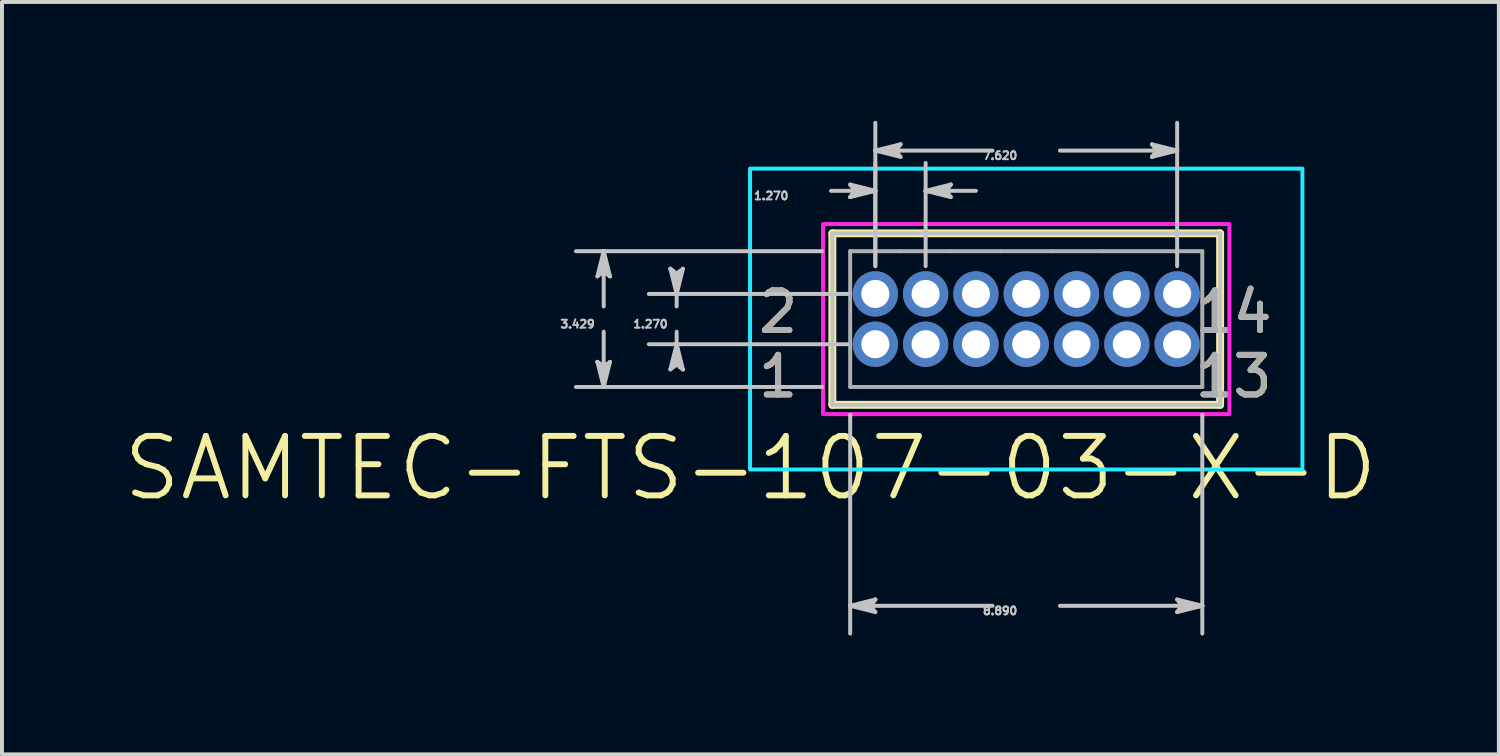
<source format=kicad_pcb>
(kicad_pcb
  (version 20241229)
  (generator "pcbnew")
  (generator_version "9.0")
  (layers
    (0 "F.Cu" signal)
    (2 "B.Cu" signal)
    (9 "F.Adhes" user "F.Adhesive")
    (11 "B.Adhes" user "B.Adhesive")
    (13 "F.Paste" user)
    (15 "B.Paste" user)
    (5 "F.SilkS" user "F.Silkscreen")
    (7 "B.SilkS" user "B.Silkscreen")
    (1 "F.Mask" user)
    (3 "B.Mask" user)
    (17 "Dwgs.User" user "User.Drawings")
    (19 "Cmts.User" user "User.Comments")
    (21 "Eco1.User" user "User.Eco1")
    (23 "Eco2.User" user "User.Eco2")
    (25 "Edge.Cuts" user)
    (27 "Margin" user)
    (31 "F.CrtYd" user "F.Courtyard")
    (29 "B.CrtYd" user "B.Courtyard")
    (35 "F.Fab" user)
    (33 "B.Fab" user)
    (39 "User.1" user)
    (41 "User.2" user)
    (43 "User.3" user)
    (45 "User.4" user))
  (footprint "SAMTEC-FTS-107-03-X-D"
    (layer "F.Cu")
    (at 22.86 5.006)
    (property "Reference" "SAMTEC-FTS-107-03-X-D" (at -6.963 3.764 0) (layer "F.SilkS") (effects (font (size 1.5 1.5) (thickness 0.15))))
    (attr through_hole)
    (fp_circle (center -3.81 -0.635) (end -3.188 -0.635) (stroke (width 0) (type solid)) (fill yes) (layer "F.Mask"))
    (fp_circle (center -3.81 0.635) (end -3.188 0.635) (stroke (width 0) (type solid)) (fill yes) (layer "F.Mask"))
    (fp_circle (center -2.54 -0.635) (end -1.918 -0.635) (stroke (width 0) (type solid)) (fill yes) (layer "F.Mask"))
    (fp_circle (center -2.54 0.635) (end -1.918 0.635) (stroke (width 0) (type solid)) (fill yes) (layer "F.Mask"))
    (fp_circle (center -1.27 -0.635) (end -0.648 -0.635) (stroke (width 0) (type solid)) (fill yes) (layer "F.Mask"))
    (fp_circle (center -1.27 0.635) (end -0.648 0.635) (stroke (width 0) (type solid)) (fill yes) (layer "F.Mask"))
    (fp_circle (center 0 -0.635) (end 0.622 -0.635) (stroke (width 0) (type solid)) (fill yes) (layer "F.Mask"))
    (fp_circle (center 0 0.635) (end 0.622 0.635) (stroke (width 0) (type solid)) (fill yes) (layer "F.Mask"))
    (fp_circle (center 1.27 -0.635) (end 1.892 -0.635) (stroke (width 0) (type solid)) (fill yes) (layer "F.Mask"))
    (fp_circle (center 1.27 0.635) (end 1.892 0.635) (stroke (width 0) (type solid)) (fill yes) (layer "F.Mask"))
    (fp_circle (center 2.54 -0.635) (end 3.162 -0.635) (stroke (width 0) (type solid)) (fill yes) (layer "F.Mask"))
    (fp_circle (center 2.54 0.635) (end 3.162 0.635) (stroke (width 0) (type solid)) (fill yes) (layer "F.Mask"))
    (fp_circle (center 3.81 -0.635) (end 4.432 -0.635) (stroke (width 0) (type solid)) (fill yes) (layer "F.Mask"))
    (fp_circle (center 3.81 0.635) (end 4.432 0.635) (stroke (width 0) (type solid)) (fill yes) (layer "F.Mask"))
    (fp_circle (center -3.81 -0.635) (end -3.188 -0.635) (stroke (width 0) (type solid)) (fill yes) (layer "B.Mask"))
    (fp_circle (center -3.81 0.635) (end -3.188 0.635) (stroke (width 0) (type solid)) (fill yes) (layer "B.Mask"))
    (fp_circle (center -2.54 -0.635) (end -1.918 -0.635) (stroke (width 0) (type solid)) (fill yes) (layer "B.Mask"))
    (fp_circle (center -2.54 0.635) (end -1.918 0.635) (stroke (width 0) (type solid)) (fill yes) (layer "B.Mask"))
    (fp_circle (center -1.27 -0.635) (end -0.648 -0.635) (stroke (width 0) (type solid)) (fill yes) (layer "B.Mask"))
    (fp_circle (center -1.27 0.635) (end -0.648 0.635) (stroke (width 0) (type solid)) (fill yes) (layer "B.Mask"))
    (fp_circle (center 0 -0.635) (end 0.622 -0.635) (stroke (width 0) (type solid)) (fill yes) (layer "B.Mask"))
    (fp_circle (center 0 0.635) (end 0.622 0.635) (stroke (width 0) (type solid)) (fill yes) (layer "B.Mask"))
    (fp_circle (center 1.27 -0.635) (end 1.892 -0.635) (stroke (width 0) (type solid)) (fill yes) (layer "B.Mask"))
    (fp_circle (center 1.27 0.635) (end 1.892 0.635) (stroke (width 0) (type solid)) (fill yes) (layer "B.Mask"))
    (fp_circle (center 2.54 -0.635) (end 3.162 -0.635) (stroke (width 0) (type solid)) (fill yes) (layer "B.Mask"))
    (fp_circle (center 2.54 0.635) (end 3.162 0.635) (stroke (width 0) (type solid)) (fill yes) (layer "B.Mask"))
    (fp_circle (center 3.81 -0.635) (end 4.432 -0.635) (stroke (width 0) (type solid)) (fill yes) (layer "B.Mask"))
    (fp_circle (center 3.81 0.635) (end 4.432 0.635) (stroke (width 0) (type solid)) (fill yes) (layer "B.Mask"))
    (fp_line (start -4.895 -2.165) (end -4.895 2.165) (stroke (width 0.2) (type solid)) (layer "F.SilkS"))
    (fp_line (start -4.895 2.165) (end 4.895 2.165) (stroke (width 0.2) (type solid)) (layer "F.SilkS"))
    (fp_line (start 4.895 -2.165) (end -4.895 -2.165) (stroke (width 0.2) (type solid)) (layer "F.SilkS"))
    (fp_line (start 4.895 2.165) (end 4.895 -2.165) (stroke (width 0.2) (type solid)) (layer "F.SilkS"))
    (fp_line (start -10.827 -1.08) (end -10.668 -1.206) (stroke (width 0.1) (type solid)) (layer "Dwgs.User"))
    (fp_line (start -10.827 1.08) (end -10.668 1.714) (stroke (width 0.1) (type solid)) (layer "Dwgs.User"))
    (fp_line (start -10.747 -1.143) (end -10.668 -1.206) (stroke (width 0.1) (type solid)) (layer "Dwgs.User"))
    (fp_line (start -10.747 1.143) (end -10.827 1.08) (stroke (width 0.1) (type solid)) (layer "Dwgs.User"))
    (fp_line (start -10.668 -1.714) (end -10.827 -1.08) (stroke (width 0.1) (type solid)) (layer "Dwgs.User"))
    (fp_line (start -10.668 -1.714) (end -10.747 -1.143) (stroke (width 0.1) (type solid)) (layer "Dwgs.User"))
    (fp_line (start -10.668 -1.714) (end -10.589 -1.143) (stroke (width 0.1) (type solid)) (layer "Dwgs.User"))
    (fp_line (start -10.668 -1.206) (end -10.668 -1.714) (stroke (width 0.1) (type solid)) (layer "Dwgs.User"))
    (fp_line (start -10.668 -1.206) (end -10.509 -1.08) (stroke (width 0.1) (type solid)) (layer "Dwgs.User"))
    (fp_line (start -10.668 -0.318) (end -10.668 -1.714) (stroke (width 0.1) (type solid)) (layer "Dwgs.User"))
    (fp_line (start -10.668 0.318) (end -10.668 1.714) (stroke (width 0.1) (type solid)) (layer "Dwgs.User"))
    (fp_line (start -10.668 1.206) (end -10.827 1.08) (stroke (width 0.1) (type solid)) (layer "Dwgs.User"))
    (fp_line (start -10.668 1.206) (end -10.668 1.714) (stroke (width 0.1) (type solid)) (layer "Dwgs.User"))
    (fp_line (start -10.668 1.714) (end -10.747 1.143) (stroke (width 0.1) (type solid)) (layer "Dwgs.User"))
    (fp_line (start -10.668 1.714) (end -10.589 1.143) (stroke (width 0.1) (type solid)) (layer "Dwgs.User"))
    (fp_line (start -10.668 1.714) (end -10.509 1.08) (stroke (width 0.1) (type solid)) (layer "Dwgs.User"))
    (fp_line (start -10.589 -1.143) (end -10.509 -1.08) (stroke (width 0.1) (type solid)) (layer "Dwgs.User"))
    (fp_line (start -10.589 1.143) (end -10.668 1.206) (stroke (width 0.1) (type solid)) (layer "Dwgs.User"))
    (fp_line (start -10.509 -1.08) (end -10.668 -1.714) (stroke (width 0.1) (type solid)) (layer "Dwgs.User"))
    (fp_line (start -10.509 1.08) (end -10.668 1.206) (stroke (width 0.1) (type solid)) (layer "Dwgs.User"))
    (fp_line (start -8.985 -1.27) (end -8.826 -0.635) (stroke (width 0.1) (type solid)) (layer "Dwgs.User"))
    (fp_line (start -8.985 1.27) (end -8.826 1.143) (stroke (width 0.1) (type solid)) (layer "Dwgs.User"))
    (fp_line (start -8.906 -1.206) (end -8.985 -1.27) (stroke (width 0.1) (type solid)) (layer "Dwgs.User"))
    (fp_line (start -8.906 1.206) (end -8.826 1.143) (stroke (width 0.1) (type solid)) (layer "Dwgs.User"))
    (fp_line (start -8.826 -1.143) (end -8.985 -1.27) (stroke (width 0.1) (type solid)) (layer "Dwgs.User"))
    (fp_line (start -8.826 -1.143) (end -8.826 -0.635) (stroke (width 0.1) (type solid)) (layer "Dwgs.User"))
    (fp_line (start -8.826 -0.635) (end -8.906 -1.206) (stroke (width 0.1) (type solid)) (layer "Dwgs.User"))
    (fp_line (start -8.826 -0.635) (end -8.747 -1.206) (stroke (width 0.1) (type solid)) (layer "Dwgs.User"))
    (fp_line (start -8.826 -0.635) (end -8.668 -1.27) (stroke (width 0.1) (type solid)) (layer "Dwgs.User"))
    (fp_line (start -8.826 -0.318) (end -8.826 -0.635) (stroke (width 0.1) (type solid)) (layer "Dwgs.User"))
    (fp_line (start -8.826 0.318) (end -8.826 0.635) (stroke (width 0.1) (type solid)) (layer "Dwgs.User"))
    (fp_line (start -8.826 0.635) (end -8.985 1.27) (stroke (width 0.1) (type solid)) (layer "Dwgs.User"))
    (fp_line (start -8.826 0.635) (end -8.906 1.206) (stroke (width 0.1) (type solid)) (layer "Dwgs.User"))
    (fp_line (start -8.826 0.635) (end -8.747 1.206) (stroke (width 0.1) (type solid)) (layer "Dwgs.User"))
    (fp_line (start -8.826 1.143) (end -8.826 0.635) (stroke (width 0.1) (type solid)) (layer "Dwgs.User"))
    (fp_line (start -8.826 1.143) (end -8.668 1.27) (stroke (width 0.1) (type solid)) (layer "Dwgs.User"))
    (fp_line (start -8.747 -1.206) (end -8.826 -1.143) (stroke (width 0.1) (type solid)) (layer "Dwgs.User"))
    (fp_line (start -8.747 1.206) (end -8.668 1.27) (stroke (width 0.1) (type solid)) (layer "Dwgs.User"))
    (fp_line (start -8.668 -1.27) (end -8.826 -1.143) (stroke (width 0.1) (type solid)) (layer "Dwgs.User"))
    (fp_line (start -8.668 1.27) (end -8.826 0.635) (stroke (width 0.1) (type solid)) (layer "Dwgs.User"))
    (fp_line (start -5.146 -1.714) (end -11.369 -1.714) (stroke (width 0.1) (type solid)) (layer "Dwgs.User"))
    (fp_line (start -5.146 1.714) (end -11.369 1.714) (stroke (width 0.1) (type solid)) (layer "Dwgs.User"))
    (fp_line (start -4.928 -3.238) (end -3.81 -3.238) (stroke (width 0.1) (type solid)) (layer "Dwgs.User"))
    (fp_line (start -4.895 -2.165) (end -4.895 2.165) (stroke (width 0.1) (type solid)) (layer "Dwgs.User"))
    (fp_line (start -4.895 2.165) (end 4.895 2.165) (stroke (width 0.1) (type solid)) (layer "Dwgs.User"))
    (fp_line (start -4.511 -0.635) (end -9.528 -0.635) (stroke (width 0.1) (type solid)) (layer "Dwgs.User"))
    (fp_line (start -4.511 0.635) (end -9.528 0.635) (stroke (width 0.1) (type solid)) (layer "Dwgs.User"))
    (fp_line (start -4.445 -3.397) (end -4.318 -3.238) (stroke (width 0.1) (type solid)) (layer "Dwgs.User"))
    (fp_line (start -4.445 -3.08) (end -3.81 -3.238) (stroke (width 0.1) (type solid)) (layer "Dwgs.User"))
    (fp_line (start -4.445 2.416) (end -4.445 7.94) (stroke (width 0.1) (type solid)) (layer "Dwgs.User"))
    (fp_line (start -4.445 7.239) (end -3.874 7.16) (stroke (width 0.1) (type solid)) (layer "Dwgs.User"))
    (fp_line (start -4.445 7.239) (end -3.874 7.318) (stroke (width 0.1) (type solid)) (layer "Dwgs.User"))
    (fp_line (start -4.445 7.239) (end -3.81 7.398) (stroke (width 0.1) (type solid)) (layer "Dwgs.User"))
    (fp_line (start -4.382 -3.318) (end -4.318 -3.238) (stroke (width 0.1) (type solid)) (layer "Dwgs.User"))
    (fp_line (start -4.382 -3.159) (end -4.445 -3.08) (stroke (width 0.1) (type solid)) (layer "Dwgs.User"))
    (fp_line (start -4.318 -3.238) (end -4.445 -3.08) (stroke (width 0.1) (type solid)) (layer "Dwgs.User"))
    (fp_line (start -4.318 -3.238) (end -3.81 -3.238) (stroke (width 0.1) (type solid)) (layer "Dwgs.User"))
    (fp_line (start -3.937 7.239) (end -4.445 7.239) (stroke (width 0.1) (type solid)) (layer "Dwgs.User"))
    (fp_line (start -3.937 7.239) (end -3.81 7.08) (stroke (width 0.1) (type solid)) (layer "Dwgs.User"))
    (fp_line (start -3.874 7.16) (end -3.81 7.08) (stroke (width 0.1) (type solid)) (layer "Dwgs.User"))
    (fp_line (start -3.874 7.318) (end -3.937 7.239) (stroke (width 0.1) (type solid)) (layer "Dwgs.User"))
    (fp_line (start -3.81 -4.254) (end -3.238 -4.334) (stroke (width 0.1) (type solid)) (layer "Dwgs.User"))
    (fp_line (start -3.81 -4.254) (end -3.238 -4.175) (stroke (width 0.1) (type solid)) (layer "Dwgs.User"))
    (fp_line (start -3.81 -4.254) (end -3.175 -4.096) (stroke (width 0.1) (type solid)) (layer "Dwgs.User"))
    (fp_line (start -3.81 -3.238) (end -4.445 -3.397) (stroke (width 0.1) (type solid)) (layer "Dwgs.User"))
    (fp_line (start -3.81 -3.238) (end -4.382 -3.318) (stroke (width 0.1) (type solid)) (layer "Dwgs.User"))
    (fp_line (start -3.81 -3.238) (end -4.382 -3.159) (stroke (width 0.1) (type solid)) (layer "Dwgs.User"))
    (fp_line (start -3.81 -1.336) (end -3.81 -4.956) (stroke (width 0.1) (type solid)) (layer "Dwgs.User"))
    (fp_line (start -3.81 -1.336) (end -3.81 -3.94) (stroke (width 0.1) (type solid)) (layer "Dwgs.User"))
    (fp_line (start -3.81 7.08) (end -4.445 7.239) (stroke (width 0.1) (type solid)) (layer "Dwgs.User"))
    (fp_line (start -3.81 7.398) (end -3.937 7.239) (stroke (width 0.1) (type solid)) (layer "Dwgs.User"))
    (fp_line (start -3.302 -4.254) (end -3.81 -4.254) (stroke (width 0.1) (type solid)) (layer "Dwgs.User"))
    (fp_line (start -3.302 -4.254) (end -3.175 -4.413) (stroke (width 0.1) (type solid)) (layer "Dwgs.User"))
    (fp_line (start -3.238 -4.334) (end -3.175 -4.413) (stroke (width 0.1) (type solid)) (layer "Dwgs.User"))
    (fp_line (start -3.238 -4.175) (end -3.302 -4.254) (stroke (width 0.1) (type solid)) (layer "Dwgs.User"))
    (fp_line (start -3.175 -4.413) (end -3.81 -4.254) (stroke (width 0.1) (type solid)) (layer "Dwgs.User"))
    (fp_line (start -3.175 -4.096) (end -3.302 -4.254) (stroke (width 0.1) (type solid)) (layer "Dwgs.User"))
    (fp_line (start -2.54 -3.238) (end -1.968 -3.318) (stroke (width 0.1) (type solid)) (layer "Dwgs.User"))
    (fp_line (start -2.54 -3.238) (end -1.968 -3.159) (stroke (width 0.1) (type solid)) (layer "Dwgs.User"))
    (fp_line (start -2.54 -3.238) (end -1.905 -3.08) (stroke (width 0.1) (type solid)) (layer "Dwgs.User"))
    (fp_line (start -2.54 -1.336) (end -2.54 -3.94) (stroke (width 0.1) (type solid)) (layer "Dwgs.User"))
    (fp_line (start -2.032 -3.238) (end -2.54 -3.238) (stroke (width 0.1) (type solid)) (layer "Dwgs.User"))
    (fp_line (start -2.032 -3.238) (end -1.905 -3.397) (stroke (width 0.1) (type solid)) (layer "Dwgs.User"))
    (fp_line (start -1.968 -3.318) (end -1.905 -3.397) (stroke (width 0.1) (type solid)) (layer "Dwgs.User"))
    (fp_line (start -1.968 -3.159) (end -2.032 -3.238) (stroke (width 0.1) (type solid)) (layer "Dwgs.User"))
    (fp_line (start -1.905 -3.397) (end -2.54 -3.238) (stroke (width 0.1) (type solid)) (layer "Dwgs.User"))
    (fp_line (start -1.905 -3.08) (end -2.032 -3.238) (stroke (width 0.1) (type solid)) (layer "Dwgs.User"))
    (fp_line (start -1.27 -3.238) (end -2.54 -3.238) (stroke (width 0.1) (type solid)) (layer "Dwgs.User"))
    (fp_line (start -0.851 -4.254) (end -3.81 -4.254) (stroke (width 0.1) (type solid)) (layer "Dwgs.User"))
    (fp_line (start -0.851 7.239) (end -4.445 7.239) (stroke (width 0.1) (type solid)) (layer "Dwgs.User"))
    (fp_line (start 0.851 -4.254) (end 3.81 -4.254) (stroke (width 0.1) (type solid)) (layer "Dwgs.User"))
    (fp_line (start 0.851 7.239) (end 4.445 7.239) (stroke (width 0.1) (type solid)) (layer "Dwgs.User"))
    (fp_line (start 3.175 -4.413) (end 3.302 -4.254) (stroke (width 0.1) (type solid)) (layer "Dwgs.User"))
    (fp_line (start 3.175 -4.096) (end 3.81 -4.254) (stroke (width 0.1) (type solid)) (layer "Dwgs.User"))
    (fp_line (start 3.238 -4.334) (end 3.302 -4.254) (stroke (width 0.1) (type solid)) (layer "Dwgs.User"))
    (fp_line (start 3.238 -4.175) (end 3.175 -4.096) (stroke (width 0.1) (type solid)) (layer "Dwgs.User"))
    (fp_line (start 3.302 -4.254) (end 3.175 -4.096) (stroke (width 0.1) (type solid)) (layer "Dwgs.User"))
    (fp_line (start 3.302 -4.254) (end 3.81 -4.254) (stroke (width 0.1) (type solid)) (layer "Dwgs.User"))
    (fp_line (start 3.81 -4.254) (end 3.175 -4.413) (stroke (width 0.1) (type solid)) (layer "Dwgs.User"))
    (fp_line (start 3.81 -4.254) (end 3.238 -4.334) (stroke (width 0.1) (type solid)) (layer "Dwgs.User"))
    (fp_line (start 3.81 -4.254) (end 3.238 -4.175) (stroke (width 0.1) (type solid)) (layer "Dwgs.User"))
    (fp_line (start 3.81 -1.336) (end 3.81 -4.956) (stroke (width 0.1) (type solid)) (layer "Dwgs.User"))
    (fp_line (start 3.81 7.08) (end 3.937 7.239) (stroke (width 0.1) (type solid)) (layer "Dwgs.User"))
    (fp_line (start 3.81 7.398) (end 4.445 7.239) (stroke (width 0.1) (type solid)) (layer "Dwgs.User"))
    (fp_line (start 3.874 7.16) (end 3.937 7.239) (stroke (width 0.1) (type solid)) (layer "Dwgs.User"))
    (fp_line (start 3.874 7.318) (end 3.81 7.398) (stroke (width 0.1) (type solid)) (layer "Dwgs.User"))
    (fp_line (start 3.937 7.239) (end 3.81 7.398) (stroke (width 0.1) (type solid)) (layer "Dwgs.User"))
    (fp_line (start 3.937 7.239) (end 4.445 7.239) (stroke (width 0.1) (type solid)) (layer "Dwgs.User"))
    (fp_line (start 4.445 2.416) (end 4.445 7.94) (stroke (width 0.1) (type solid)) (layer "Dwgs.User"))
    (fp_line (start 4.445 7.239) (end 3.81 7.08) (stroke (width 0.1) (type solid)) (layer "Dwgs.User"))
    (fp_line (start 4.445 7.239) (end 3.874 7.16) (stroke (width 0.1) (type solid)) (layer "Dwgs.User"))
    (fp_line (start 4.445 7.239) (end 3.874 7.318) (stroke (width 0.1) (type solid)) (layer "Dwgs.User"))
    (fp_line (start 4.895 -2.165) (end -4.895 -2.165) (stroke (width 0.1) (type solid)) (layer "Dwgs.User"))
    (fp_line (start 4.895 2.165) (end 4.895 -2.165) (stroke (width 0.1) (type solid)) (layer "Dwgs.User"))
    (fp_poly (pts (xy -6.973 3.798) (xy -6.973 -3.798) (xy 6.973 -3.798) (xy 6.973 3.798) (xy -6.973 3.798)) (stroke (width 0.1) (type solid)) (fill no) (layer "B.CrtYd"))
    (fp_poly (pts (xy -5.13 2.4) (xy -5.13 -2.4) (xy 5.13 -2.4) (xy 5.13 2.4) (xy -5.13 2.4)) (stroke (width 0.1) (type solid)) (fill no) (layer "F.CrtYd"))
    (fp_line (start -4.445 -1.714) (end -3.175 -1.714) (stroke (width 0.1) (type solid)) (layer "F.Fab"))
    (fp_line (start -4.445 1.714) (end -4.445 -1.714) (stroke (width 0.1) (type solid)) (layer "F.Fab"))
    (fp_line (start -4.013 -0.838) (end -4.013 -0.432) (stroke (width 0.1) (type solid)) (layer "F.Fab"))
    (fp_line (start -4.013 -0.432) (end -3.607 -0.432) (stroke (width 0.1) (type solid)) (layer "F.Fab"))
    (fp_line (start -4.013 0.432) (end -4.013 0.838) (stroke (width 0.1) (type solid)) (layer "F.Fab"))
    (fp_line (start -4.013 0.838) (end -3.607 0.838) (stroke (width 0.1) (type solid)) (layer "F.Fab"))
    (fp_line (start -3.607 -0.838) (end -4.013 -0.838) (stroke (width 0.1) (type solid)) (layer "F.Fab"))
    (fp_line (start -3.607 -0.432) (end -3.607 -0.838) (stroke (width 0.1) (type solid)) (layer "F.Fab"))
    (fp_line (start -3.607 0.432) (end -4.013 0.432) (stroke (width 0.1) (type solid)) (layer "F.Fab"))
    (fp_line (start -3.607 0.838) (end -3.607 0.432) (stroke (width 0.1) (type solid)) (layer "F.Fab"))
    (fp_line (start -3.175 1.714) (end -4.445 1.714) (stroke (width 0.1) (type solid)) (layer "F.Fab"))
    (fp_line (start -3.175 1.714) (end -1.905 1.714) (stroke (width 0.1) (type solid)) (layer "F.Fab"))
    (fp_line (start -2.743 -0.838) (end -2.337 -0.838) (stroke (width 0.1) (type solid)) (layer "F.Fab"))
    (fp_line (start -2.743 -0.432) (end -2.743 -0.838) (stroke (width 0.1) (type solid)) (layer "F.Fab"))
    (fp_line (start -2.743 0.432) (end -2.337 0.432) (stroke (width 0.1) (type solid)) (layer "F.Fab"))
    (fp_line (start -2.743 0.838) (end -2.743 0.432) (stroke (width 0.1) (type solid)) (layer "F.Fab"))
    (fp_line (start -2.337 -0.838) (end -2.337 -0.432) (stroke (width 0.1) (type solid)) (layer "F.Fab"))
    (fp_line (start -2.337 -0.432) (end -2.743 -0.432) (stroke (width 0.1) (type solid)) (layer "F.Fab"))
    (fp_line (start -2.337 0.432) (end -2.337 0.838) (stroke (width 0.1) (type solid)) (layer "F.Fab"))
    (fp_line (start -2.337 0.838) (end -2.743 0.838) (stroke (width 0.1) (type solid)) (layer "F.Fab"))
    (fp_line (start -1.905 -1.714) (end -3.175 -1.714) (stroke (width 0.1) (type solid)) (layer "F.Fab"))
    (fp_line (start -1.905 1.714) (end -0.635 1.714) (stroke (width 0.1) (type solid)) (layer "F.Fab"))
    (fp_line (start -1.473 -0.838) (end -1.067 -0.838) (stroke (width 0.1) (type solid)) (layer "F.Fab"))
    (fp_line (start -1.473 -0.432) (end -1.473 -0.838) (stroke (width 0.1) (type solid)) (layer "F.Fab"))
    (fp_line (start -1.473 0.432) (end -1.067 0.432) (stroke (width 0.1) (type solid)) (layer "F.Fab"))
    (fp_line (start -1.473 0.838) (end -1.473 0.432) (stroke (width 0.1) (type solid)) (layer "F.Fab"))
    (fp_line (start -1.067 -0.838) (end -1.067 -0.432) (stroke (width 0.1) (type solid)) (layer "F.Fab"))
    (fp_line (start -1.067 -0.432) (end -1.473 -0.432) (stroke (width 0.1) (type solid)) (layer "F.Fab"))
    (fp_line (start -1.067 0.432) (end -1.067 0.838) (stroke (width 0.1) (type solid)) (layer "F.Fab"))
    (fp_line (start -1.067 0.838) (end -1.473 0.838) (stroke (width 0.1) (type solid)) (layer "F.Fab"))
    (fp_line (start -0.635 -1.714) (end -1.905 -1.714) (stroke (width 0.1) (type solid)) (layer "F.Fab"))
    (fp_line (start -0.635 1.714) (end 0.635 1.714) (stroke (width 0.1) (type solid)) (layer "F.Fab"))
    (fp_line (start -0.203 -0.838) (end 0.203 -0.838) (stroke (width 0.1) (type solid)) (layer "F.Fab"))
    (fp_line (start -0.203 -0.432) (end -0.203 -0.838) (stroke (width 0.1) (type solid)) (layer "F.Fab"))
    (fp_line (start -0.203 0.432) (end 0.203 0.432) (stroke (width 0.1) (type solid)) (layer "F.Fab"))
    (fp_line (start -0.203 0.838) (end -0.203 0.432) (stroke (width 0.1) (type solid)) (layer "F.Fab"))
    (fp_line (start 0.203 -0.838) (end 0.203 -0.432) (stroke (width 0.1) (type solid)) (layer "F.Fab"))
    (fp_line (start 0.203 -0.432) (end -0.203 -0.432) (stroke (width 0.1) (type solid)) (layer "F.Fab"))
    (fp_line (start 0.203 0.432) (end 0.203 0.838) (stroke (width 0.1) (type solid)) (layer "F.Fab"))
    (fp_line (start 0.203 0.838) (end -0.203 0.838) (stroke (width 0.1) (type solid)) (layer "F.Fab"))
    (fp_line (start 0.635 -1.714) (end -0.635 -1.714) (stroke (width 0.1) (type solid)) (layer "F.Fab"))
    (fp_line (start 0.635 1.714) (end 1.905 1.714) (stroke (width 0.1) (type solid)) (layer "F.Fab"))
    (fp_line (start 1.067 -0.838) (end 1.473 -0.838) (stroke (width 0.1) (type solid)) (layer "F.Fab"))
    (fp_line (start 1.067 -0.432) (end 1.067 -0.838) (stroke (width 0.1) (type solid)) (layer "F.Fab"))
    (fp_line (start 1.067 0.432) (end 1.473 0.432) (stroke (width 0.1) (type solid)) (layer "F.Fab"))
    (fp_line (start 1.067 0.838) (end 1.067 0.432) (stroke (width 0.1) (type solid)) (layer "F.Fab"))
    (fp_line (start 1.473 -0.838) (end 1.473 -0.432) (stroke (width 0.1) (type solid)) (layer "F.Fab"))
    (fp_line (start 1.473 -0.432) (end 1.067 -0.432) (stroke (width 0.1) (type solid)) (layer "F.Fab"))
    (fp_line (start 1.473 0.432) (end 1.473 0.838) (stroke (width 0.1) (type solid)) (layer "F.Fab"))
    (fp_line (start 1.473 0.838) (end 1.067 0.838) (stroke (width 0.1) (type solid)) (layer "F.Fab"))
    (fp_line (start 1.905 -1.714) (end 0.635 -1.714) (stroke (width 0.1) (type solid)) (layer "F.Fab"))
    (fp_line (start 1.905 1.714) (end 3.175 1.714) (stroke (width 0.1) (type solid)) (layer "F.Fab"))
    (fp_line (start 2.337 -0.838) (end 2.743 -0.838) (stroke (width 0.1) (type solid)) (layer "F.Fab"))
    (fp_line (start 2.337 -0.432) (end 2.337 -0.838) (stroke (width 0.1) (type solid)) (layer "F.Fab"))
    (fp_line (start 2.337 0.432) (end 2.743 0.432) (stroke (width 0.1) (type solid)) (layer "F.Fab"))
    (fp_line (start 2.337 0.838) (end 2.337 0.432) (stroke (width 0.1) (type solid)) (layer "F.Fab"))
    (fp_line (start 2.743 -0.838) (end 2.743 -0.432) (stroke (width 0.1) (type solid)) (layer "F.Fab"))
    (fp_line (start 2.743 -0.432) (end 2.337 -0.432) (stroke (width 0.1) (type solid)) (layer "F.Fab"))
    (fp_line (start 2.743 0.432) (end 2.743 0.838) (stroke (width 0.1) (type solid)) (layer "F.Fab"))
    (fp_line (start 2.743 0.838) (end 2.337 0.838) (stroke (width 0.1) (type solid)) (layer "F.Fab"))
    (fp_line (start 3.175 -1.714) (end 1.905 -1.714) (stroke (width 0.1) (type solid)) (layer "F.Fab"))
    (fp_line (start 3.175 1.714) (end 4.445 1.714) (stroke (width 0.1) (type solid)) (layer "F.Fab"))
    (fp_line (start 3.607 -0.838) (end 4.013 -0.838) (stroke (width 0.1) (type solid)) (layer "F.Fab"))
    (fp_line (start 3.607 -0.432) (end 3.607 -0.838) (stroke (width 0.1) (type solid)) (layer "F.Fab"))
    (fp_line (start 3.607 0.432) (end 4.013 0.432) (stroke (width 0.1) (type solid)) (layer "F.Fab"))
    (fp_line (start 3.607 0.838) (end 3.607 0.432) (stroke (width 0.1) (type solid)) (layer "F.Fab"))
    (fp_line (start 4.013 -0.838) (end 4.013 -0.432) (stroke (width 0.1) (type solid)) (layer "F.Fab"))
    (fp_line (start 4.013 -0.432) (end 3.607 -0.432) (stroke (width 0.1) (type solid)) (layer "F.Fab"))
    (fp_line (start 4.013 0.432) (end 4.013 0.838) (stroke (width 0.1) (type solid)) (layer "F.Fab"))
    (fp_line (start 4.013 0.838) (end 3.607 0.838) (stroke (width 0.1) (type solid)) (layer "F.Fab"))
    (fp_line (start 4.445 -1.714) (end 3.175 -1.714) (stroke (width 0.1) (type solid)) (layer "F.Fab"))
    (fp_line (start 4.445 1.714) (end 4.445 -1.714) (stroke (width 0.1) (type solid)) (layer "F.Fab"))
    (fp_text user "14" (at 5.236 -0.178 0) (layer "F.SilkS") (effects (font (size 1 1) (thickness 0.15))))
    (fp_text user "13" (at 5.236 1.448 0) (layer "F.SilkS") (effects (font (size 1 1) (thickness 0.15))))
    (fp_text user "1" (at -6.265 1.448 0) (layer "F.SilkS") (effects (font (size 1 1) (thickness 0.15))))
    (fp_text user "2" (at -6.265 -0.178 0) (layer "F.SilkS") (effects (font (size 1 1) (thickness 0.15))))
    (fp_text user "8.890" (at -0.66 7.366 0) (layer "Dwgs.User") (effects (font (size 0.2 0.2) (thickness 0.15))))
    (fp_text user "1.270" (at -6.439 -3.112 0) (layer "Dwgs.User") (effects (font (size 0.2 0.2) (thickness 0.15))))
    (fp_text user "7.620" (at -0.66 -4.128 0) (layer "Dwgs.User") (effects (font (size 0.2 0.2) (thickness 0.15))))
    (fp_text user "1.270" (at -9.487 0.127 0) (layer "Dwgs.User") (effects (font (size 0.2 0.2) (thickness 0.15))))
    (fp_text user "3.429" (at -11.328 0.127 0) (layer "Dwgs.User") (effects (font (size 0.2 0.2) (thickness 0.15))))
    (fp_text user "13" (at 5.236 1.448 0) (layer "F.Fab") (effects (font (size 1 1) (thickness 0.15))))
    (fp_text user "1" (at -6.265 1.448 0) (layer "F.Fab") (effects (font (size 1 1) (thickness 0.15))))
    (fp_text user "14" (at 5.236 -0.178 0) (layer "F.Fab") (effects (font (size 1 1) (thickness 0.15))))
    (fp_text user "2" (at -6.265 -0.178 0) (layer "F.Fab") (effects (font (size 1 1) (thickness 0.15))))
    (pad "1" thru_hole circle (at -3.81 0.635) (size 1.143 1.143) (drill 0.71) (layers "*.Cu"))
    (pad "2" thru_hole circle (at -3.81 -0.635) (size 1.143 1.143) (drill 0.71) (layers "*.Cu"))
    (pad "3" thru_hole circle (at -2.54 0.635) (size 1.143 1.143) (drill 0.71) (layers "*.Cu"))
    (pad "4" thru_hole circle (at -2.54 -0.635) (size 1.143 1.143) (drill 0.71) (layers "*.Cu"))
    (pad "5" thru_hole circle (at -1.27 0.635) (size 1.143 1.143) (drill 0.71) (layers "*.Cu"))
    (pad "6" thru_hole circle (at -1.27 -0.635) (size 1.143 1.143) (drill 0.71) (layers "*.Cu"))
    (pad "7" thru_hole circle (at 0 0.635) (size 1.143 1.143) (drill 0.71) (layers "*.Cu"))
    (pad "8" thru_hole circle (at 0 -0.635) (size 1.143 1.143) (drill 0.71) (layers "*.Cu"))
    (pad "9" thru_hole circle (at 1.27 0.635) (size 1.143 1.143) (drill 0.71) (layers "*.Cu"))
    (pad "10" thru_hole circle (at 1.27 -0.635) (size 1.143 1.143) (drill 0.71) (layers "*.Cu"))
    (pad "11" thru_hole circle (at 2.54 0.635) (size 1.143 1.143) (drill 0.71) (layers "*.Cu"))
    (pad "12" thru_hole circle (at 2.54 -0.635) (size 1.143 1.143) (drill 0.71) (layers "*.Cu"))
    (pad "13" thru_hole circle (at 3.81 0.635) (size 1.143 1.143) (drill 0.71) (layers "*.Cu"))
    (pad "14" thru_hole circle (at 3.81 -0.635) (size 1.143 1.143) (drill 0.71) (layers "*.Cu")))
  (gr_rect
    (start -3 -3)
    (end 34.793 15.996)
    (stroke (width 0.1) (type default))
    (fill no)
    (layer "Edge.Cuts")))
</source>
